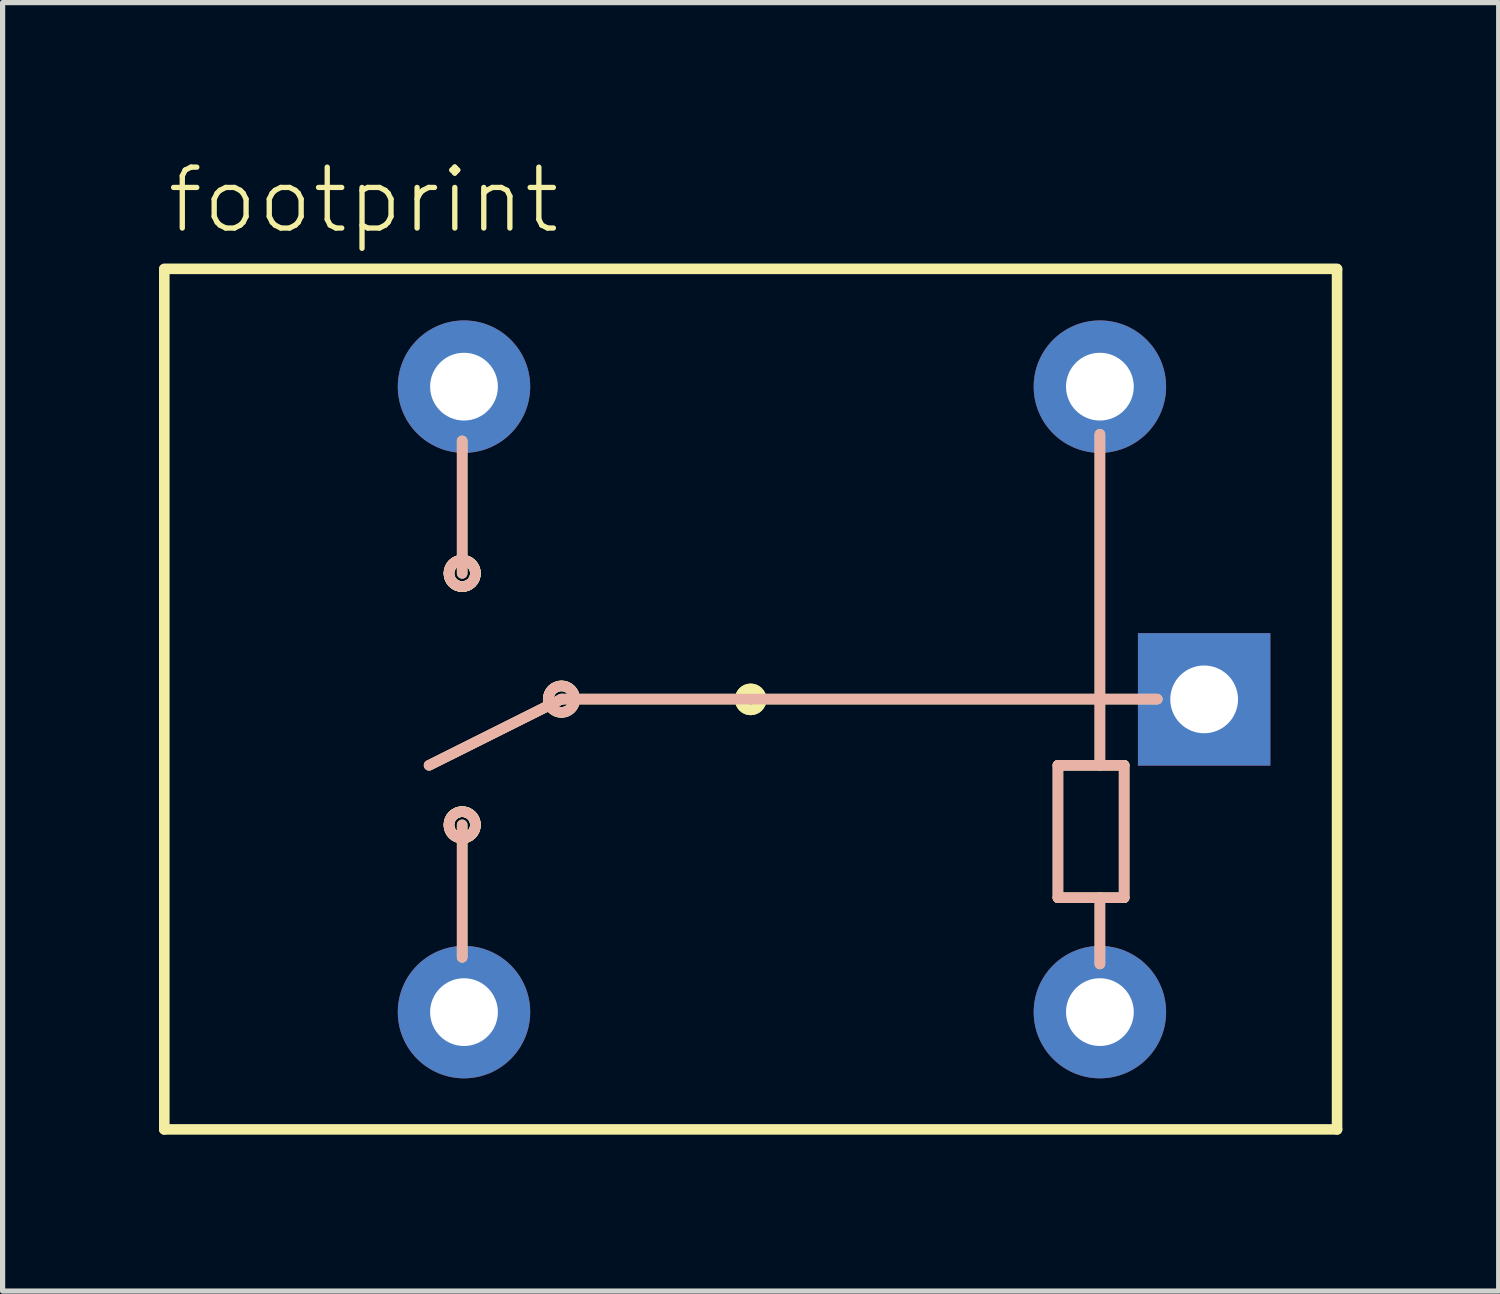
<source format=kicad_pcb>
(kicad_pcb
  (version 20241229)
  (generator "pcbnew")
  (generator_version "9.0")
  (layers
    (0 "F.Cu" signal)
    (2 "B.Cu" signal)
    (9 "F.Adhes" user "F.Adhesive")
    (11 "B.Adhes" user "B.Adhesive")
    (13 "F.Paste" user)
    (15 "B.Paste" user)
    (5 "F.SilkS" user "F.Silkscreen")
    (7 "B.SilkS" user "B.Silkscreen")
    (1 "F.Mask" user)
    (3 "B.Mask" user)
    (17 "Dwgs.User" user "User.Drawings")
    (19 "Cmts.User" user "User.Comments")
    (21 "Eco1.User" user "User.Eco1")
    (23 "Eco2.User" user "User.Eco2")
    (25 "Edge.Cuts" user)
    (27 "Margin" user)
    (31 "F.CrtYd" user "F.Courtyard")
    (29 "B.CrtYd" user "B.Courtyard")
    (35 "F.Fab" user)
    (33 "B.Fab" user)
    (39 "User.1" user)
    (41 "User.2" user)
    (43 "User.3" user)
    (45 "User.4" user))
  (footprint "footprint"
    (layer "F.Cu")
    (at 11.532 10.363)
    (property "Reference" "footprint" (at -11.43 -8.89 0) (layer "F.SilkS") (effects (font (size 1.168 1.168) (thickness 0.102)) (justify left bottom)))
    (fp_line (start -11.43 -8.255) (end 11.07 -8.255) (stroke (width 0.203) (type solid)) (layer "F.SilkS"))
    (fp_line (start -11.43 8.255) (end -11.43 -8.245) (stroke (width 0.203) (type solid)) (layer "F.SilkS"))
    (fp_line (start -11.43 8.255) (end 11.07 8.255) (stroke (width 0.203) (type solid)) (layer "F.SilkS"))
    (fp_line (start -5.715 -4.953) (end -5.715 -2.413) (stroke (width 0.203) (type solid)) (layer "F.SilkS"))
    (fp_line (start -5.715 2.413) (end -5.715 4.953) (stroke (width 0.203) (type solid)) (layer "F.SilkS"))
    (fp_line (start -3.81 0) (end -6.35 1.27) (stroke (width 0.203) (type solid)) (layer "F.SilkS"))
    (fp_line (start 5.715 1.27) (end 5.715 3.81) (stroke (width 0.203) (type solid)) (layer "F.SilkS"))
    (fp_line (start 5.715 3.81) (end 6.985 3.81) (stroke (width 0.203) (type solid)) (layer "F.SilkS"))
    (fp_line (start 6.52 -5.08) (end 6.52 1.27) (stroke (width 0.203) (type solid)) (layer "F.SilkS"))
    (fp_line (start 6.52 3.81) (end 6.52 5.08) (stroke (width 0.203) (type solid)) (layer "F.SilkS"))
    (fp_line (start 6.985 1.27) (end 5.715 1.27) (stroke (width 0.203) (type solid)) (layer "F.SilkS"))
    (fp_line (start 6.985 3.81) (end 6.985 1.27) (stroke (width 0.203) (type solid)) (layer "F.SilkS"))
    (fp_line (start 7.62 0) (end -3.81 0) (stroke (width 0.203) (type solid)) (layer "F.SilkS"))
    (fp_line (start 11.07 8.255) (end 11.07 -8.245) (stroke (width 0.203) (type solid)) (layer "F.SilkS"))
    (fp_circle (center -5.715 -2.413) (end -5.461 -2.413) (stroke (width 0.203) (type solid)) (fill no) (layer "F.SilkS"))
    (fp_circle (center -5.715 -2.413) (end -5.461 -2.413) (stroke (width 0.203) (type solid)) (fill no) (layer "F.SilkS"))
    (fp_circle (center -5.715 -2.413) (end -5.461 -2.413) (stroke (width 0.203) (type solid)) (fill no) (layer "F.SilkS"))
    (fp_circle (center -5.715 2.413) (end -5.461 2.413) (stroke (width 0.203) (type solid)) (fill no) (layer "F.SilkS"))
    (fp_circle (center -5.715 2.413) (end -5.461 2.413) (stroke (width 0.203) (type solid)) (fill no) (layer "F.SilkS"))
    (fp_circle (center -5.715 2.413) (end -5.461 2.413) (stroke (width 0.203) (type solid)) (fill no) (layer "F.SilkS"))
    (fp_circle (center -3.81 0) (end -3.556 0) (stroke (width 0.203) (type solid)) (fill no) (layer "F.SilkS"))
    (fp_circle (center -3.81 0) (end -3.556 0) (stroke (width 0.203) (type solid)) (fill no) (layer "F.SilkS"))
    (fp_circle (center -0.18 0.005) (end -0.08 0.005) (stroke (width 0.203) (type solid)) (fill no) (layer "F.SilkS"))
    (fp_circle (center -0.18 0.005) (end -0.08 0.005) (stroke (width 0.203) (type solid)) (fill no) (layer "F.SilkS"))
    (fp_line (start -5.715 -4.953) (end -5.715 -2.413) (stroke (width 0.203) (type solid)) (layer "B.SilkS"))
    (fp_line (start -5.715 2.413) (end -5.715 4.953) (stroke (width 0.203) (type solid)) (layer "B.SilkS"))
    (fp_line (start -3.81 0) (end -6.35 1.27) (stroke (width 0.203) (type solid)) (layer "B.SilkS"))
    (fp_line (start 5.715 1.27) (end 5.715 3.81) (stroke (width 0.203) (type solid)) (layer "B.SilkS"))
    (fp_line (start 5.715 3.81) (end 6.985 3.81) (stroke (width 0.203) (type solid)) (layer "B.SilkS"))
    (fp_line (start 6.52 -5.08) (end 6.52 1.27) (stroke (width 0.203) (type solid)) (layer "B.SilkS"))
    (fp_line (start 6.52 3.81) (end 6.52 5.08) (stroke (width 0.203) (type solid)) (layer "B.SilkS"))
    (fp_line (start 6.985 1.27) (end 5.715 1.27) (stroke (width 0.203) (type solid)) (layer "B.SilkS"))
    (fp_line (start 6.985 3.81) (end 6.985 1.27) (stroke (width 0.203) (type solid)) (layer "B.SilkS"))
    (fp_line (start 7.62 0) (end -3.81 0) (stroke (width 0.203) (type solid)) (layer "B.SilkS"))
    (fp_circle (center -5.715 -2.413) (end -5.461 -2.413) (stroke (width 0.203) (type solid)) (fill no) (layer "B.SilkS"))
    (fp_circle (center -5.715 2.413) (end -5.461 2.413) (stroke (width 0.203) (type solid)) (fill no) (layer "B.SilkS"))
    (fp_circle (center -3.81 0) (end -3.556 0) (stroke (width 0.203) (type solid)) (fill no) (layer "B.SilkS"))
    (pad "1" thru_hole rect (at 8.52 0.005) (size 2.54 2.54) (drill 1.3) (layers "*.Cu" "*.Mask"))
    (pad "2" thru_hole circle (at 6.52 -5.995) (size 2.54 2.54) (drill 1.3) (layers "*.Cu" "*.Mask"))
    (pad "3" thru_hole circle (at -5.68 -5.995) (size 2.54 2.54) (drill 1.3) (layers "*.Cu" "*.Mask"))
    (pad "4" thru_hole circle (at -5.68 6.005) (size 2.54 2.54) (drill 1.3) (layers "*.Cu" "*.Mask"))
    (pad "5" thru_hole circle (at 6.52 6.005) (size 2.54 2.54) (drill 1.3) (layers "*.Cu" "*.Mask")))
  (gr_rect
    (start -3 -3)
    (end 25.703 21.72)
    (stroke (width 0.1) (type default))
    (fill no)
    (layer "Edge.Cuts")))
</source>
